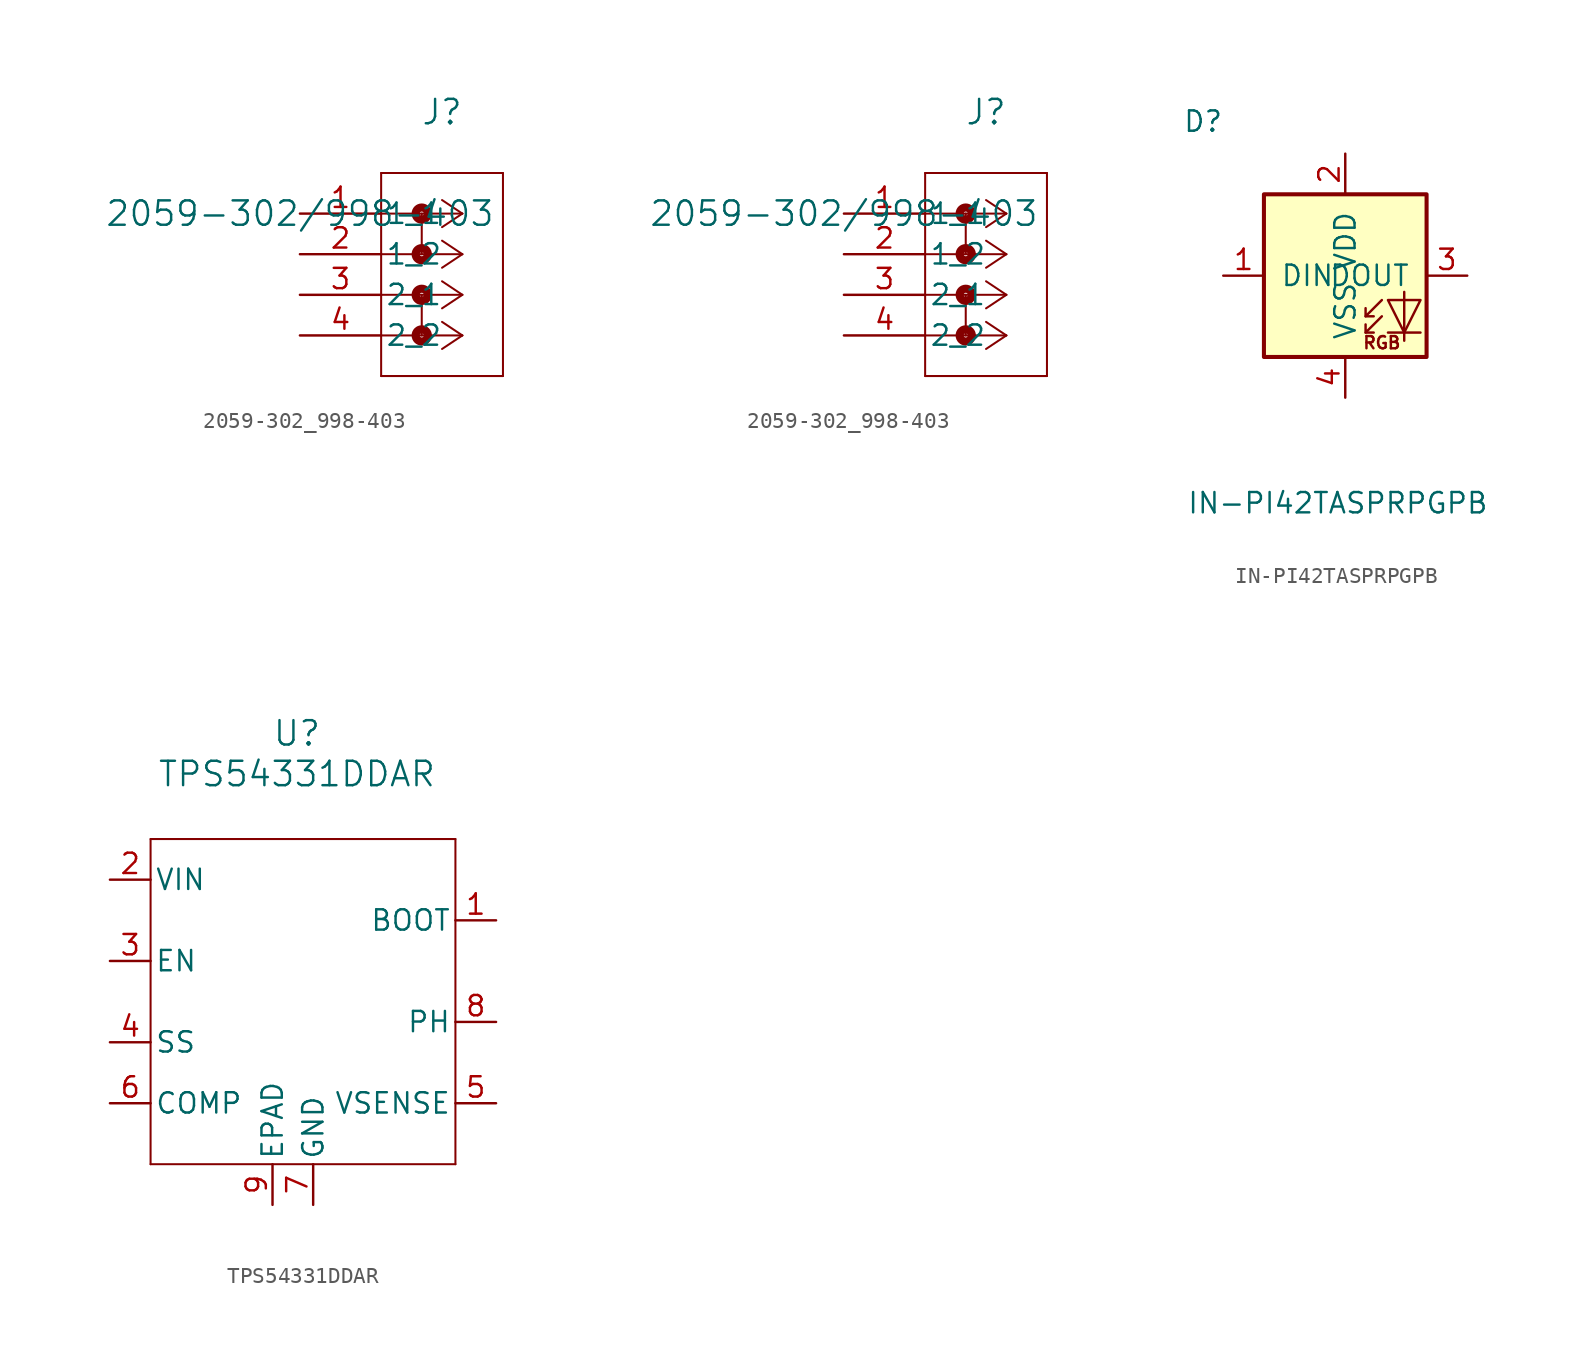
<source format=kicad_sym>
(kicad_symbol_lib
  (version 20231120)
  (generator "kicad_symbol_editor")
  (generator_version "8.0")
  (symbol "2059-302_998-403"
    (pin_names
      (offset 0.254))
    (property "Reference" "J"
      (at 8.89 6.35 0)
      (effects (font (size 1.524 1.524))))
    (property "Value" "2059-302/998-403"
      (at 0 0 0)
      (effects (font (size 1.524 1.524))))
    (symbol "2059-302_998-403_1_1"
      (polyline (pts (xy 5.08 -10.16) (xy 12.7 -10.16)) (stroke (width 0.127) (type default)) (fill (type none)))
      (polyline (pts (xy 5.08 2.54) (xy 5.08 -10.16)) (stroke (width 0.127) (type default)) (fill (type none)))
      (polyline (pts (xy 7.62 -5.08) (xy 7.62 -7.62)) (stroke (width 0.127) (type default)) (fill (type none)))
      (polyline (pts (xy 7.62 0) (xy 7.62 -2.54)) (stroke (width 0.127) (type default)) (fill (type none)))
      (polyline (pts (xy 10.16 -7.62) (xy 5.08 -7.62)) (stroke (width 0.127) (type default)) (fill (type none)))
      (polyline (pts (xy 10.16 -7.62) (xy 8.89 -8.467)) (stroke (width 0.127) (type default)) (fill (type none)))
      (polyline (pts (xy 10.16 -7.62) (xy 8.89 -6.773)) (stroke (width 0.127) (type default)) (fill (type none)))
      (polyline (pts (xy 10.16 -5.08) (xy 5.08 -5.08)) (stroke (width 0.127) (type default)) (fill (type none)))
      (polyline (pts (xy 10.16 -5.08) (xy 8.89 -5.927)) (stroke (width 0.127) (type default)) (fill (type none)))
      (polyline (pts (xy 10.16 -5.08) (xy 8.89 -4.233)) (stroke (width 0.127) (type default)) (fill (type none)))
      (polyline (pts (xy 10.16 -2.54) (xy 5.08 -2.54)) (stroke (width 0.127) (type default)) (fill (type none)))
      (polyline (pts (xy 10.16 -2.54) (xy 8.89 -3.387)) (stroke (width 0.127) (type default)) (fill (type none)))
      (polyline (pts (xy 10.16 -2.54) (xy 8.89 -1.693)) (stroke (width 0.127) (type default)) (fill (type none)))
      (polyline (pts (xy 10.16 0) (xy 5.08 0)) (stroke (width 0.127) (type default)) (fill (type none)))
      (polyline (pts (xy 10.16 0) (xy 8.89 -0.847)) (stroke (width 0.127) (type default)) (fill (type none)))
      (polyline (pts (xy 10.16 0) (xy 8.89 0.847)) (stroke (width 0.127) (type default)) (fill (type none)))
      (polyline (pts (xy 12.7 -10.16) (xy 12.7 2.54)) (stroke (width 0.127) (type default)) (fill (type none)))
      (polyline (pts (xy 12.7 2.54) (xy 5.08 2.54)) (stroke (width 0.127) (type default)) (fill (type none)))
      (circle (center 7.62 -7.62) (radius 0.127) (stroke (width 0.508) (type default)) (fill (type none)))
      (circle (center 7.62 -5.08) (radius 0.127) (stroke (width 0.508) (type default)) (fill (type none)))
      (circle (center 7.62 -2.54) (radius 0.127) (stroke (width 0.508) (type default)) (fill (type none)))
      (circle (center 7.62 0) (radius 0.127) (stroke (width 0.508) (type default)) (fill (type none)))
      (pin unspecified line (at 0 0 0) (length 5.08) (name "1_1" (effects (font (size 1.27 1.27)))) (number "1" (effects (font (size 1.27 1.27)))))
      (pin unspecified line (at 0 -2.54 0) (length 5.08) (name "1_2" (effects (font (size 1.27 1.27)))) (number "2" (effects (font (size 1.27 1.27)))))
      (pin unspecified line (at 0 -5.08 0) (length 5.08) (name "2_1" (effects (font (size 1.27 1.27)))) (number "3" (effects (font (size 1.27 1.27)))))
      (pin unspecified line (at 0 -7.62 0) (length 5.08) (name "2_2" (effects (font (size 1.27 1.27)))) (number "4" (effects (font (size 1.27 1.27))))))
    (symbol "2059-302_998-403_1_2"
      (polyline (pts (xy 5.08 -10.16) (xy 12.7 -10.16)) (stroke (width 0.127) (type default)) (fill (type none)))
      (polyline (pts (xy 5.08 2.54) (xy 5.08 -10.16)) (stroke (width 0.127) (type default)) (fill (type none)))
      (polyline (pts (xy 7.62 -5.08) (xy 7.62 -7.62)) (stroke (width 0.127) (type default)) (fill (type none)))
      (polyline (pts (xy 7.62 0) (xy 7.62 -2.54)) (stroke (width 0.127) (type default)) (fill (type none)))
      (polyline (pts (xy 10.16 -7.62) (xy 5.08 -7.62)) (stroke (width 0.127) (type default)) (fill (type none)))
      (polyline (pts (xy 10.16 -7.62) (xy 8.89 -8.467)) (stroke (width 0.127) (type default)) (fill (type none)))
      (polyline (pts (xy 10.16 -7.62) (xy 8.89 -6.773)) (stroke (width 0.127) (type default)) (fill (type none)))
      (polyline (pts (xy 10.16 -5.08) (xy 5.08 -5.08)) (stroke (width 0.127) (type default)) (fill (type none)))
      (polyline (pts (xy 10.16 -5.08) (xy 8.89 -5.927)) (stroke (width 0.127) (type default)) (fill (type none)))
      (polyline (pts (xy 10.16 -5.08) (xy 8.89 -4.233)) (stroke (width 0.127) (type default)) (fill (type none)))
      (polyline (pts (xy 10.16 -2.54) (xy 5.08 -2.54)) (stroke (width 0.127) (type default)) (fill (type none)))
      (polyline (pts (xy 10.16 -2.54) (xy 8.89 -3.387)) (stroke (width 0.127) (type default)) (fill (type none)))
      (polyline (pts (xy 10.16 -2.54) (xy 8.89 -1.693)) (stroke (width 0.127) (type default)) (fill (type none)))
      (polyline (pts (xy 10.16 0) (xy 5.08 0)) (stroke (width 0.127) (type default)) (fill (type none)))
      (polyline (pts (xy 10.16 0) (xy 8.89 -0.847)) (stroke (width 0.127) (type default)) (fill (type none)))
      (polyline (pts (xy 10.16 0) (xy 8.89 0.847)) (stroke (width 0.127) (type default)) (fill (type none)))
      (polyline (pts (xy 12.7 -10.16) (xy 12.7 2.54)) (stroke (width 0.127) (type default)) (fill (type none)))
      (polyline (pts (xy 12.7 2.54) (xy 5.08 2.54)) (stroke (width 0.127) (type default)) (fill (type none)))
      (circle (center 7.62 -7.62) (radius 0.127) (stroke (width 0.508) (type default)) (fill (type none)))
      (circle (center 7.62 -5.08) (radius 0.127) (stroke (width 0.508) (type default)) (fill (type none)))
      (circle (center 7.62 -2.54) (radius 0.127) (stroke (width 0.508) (type default)) (fill (type none)))
      (circle (center 7.62 0) (radius 0.127) (stroke (width 0.508) (type default)) (fill (type none)))
      (pin unspecified line (at 0 0 0) (length 5.08) (name "1_1" (effects (font (size 1.27 1.27)))) (number "1" (effects (font (size 1.27 1.27)))))
      (pin unspecified line (at 0 -2.54 0) (length 5.08) (name "1_2" (effects (font (size 1.27 1.27)))) (number "2" (effects (font (size 1.27 1.27)))))
      (pin unspecified line (at 0 -5.08 0) (length 5.08) (name "2_1" (effects (font (size 1.27 1.27)))) (number "3" (effects (font (size 1.27 1.27)))))
      (pin unspecified line (at 0 -7.62 0) (length 5.08) (name "2_2" (effects (font (size 1.27 1.27)))) (number "4" (effects (font (size 1.27 1.27)))))))
  (symbol "IN-PI42TASPRPGPB"
    (pin_names
      (offset 1.016))
    (property "Reference" "D"
      (at -10.16 8.89 0)
      (effects (font (size 1.27 1.27)) (justify left bottom)))
    (property "Value" "IN-PI42TASPRPGPB"
      (at -9.906 -13.462 0)
      (effects (font (size 1.27 1.27)) (justify left top)))
    (symbol "IN-PI42TASPRPGPB_0_0"
      (text "RGB" (at 2.286 -4.191 0) (effects (font (size 0.762 0.762)))))
    (symbol "IN-PI42TASPRPGPB_0_1"
      (polyline (pts (xy 1.27 -3.556) (xy 1.778 -3.556)) (stroke (width 0) (type default)) (fill (type none)))
      (polyline (pts (xy 1.27 -2.54) (xy 1.778 -2.54)) (stroke (width 0) (type default)) (fill (type none)))
      (polyline (pts (xy 4.699 -3.556) (xy 2.667 -3.556)) (stroke (width 0) (type default)) (fill (type none)))
      (polyline (pts (xy 2.286 -2.54) (xy 1.27 -3.556) (xy 1.27 -3.048)) (stroke (width 0) (type default)) (fill (type none)))
      (polyline (pts (xy 2.286 -1.524) (xy 1.27 -2.54) (xy 1.27 -2.032)) (stroke (width 0) (type default)) (fill (type none)))
      (polyline (pts (xy 3.683 -1.016) (xy 3.683 -3.556) (xy 3.683 -4.064)) (stroke (width 0) (type default)) (fill (type none)))
      (polyline (pts (xy 4.699 -1.524) (xy 2.667 -1.524) (xy 3.683 -3.556) (xy 4.699 -1.524)) (stroke (width 0) (type default)) (fill (type none)))
      (rectangle (start 5.08 5.08) (end -5.08 -5.08) (stroke (width 0.254) (type default)) (fill (type background))))
    (symbol "IN-PI42TASPRPGPB_1_1"
      (pin input line (at -7.62 0 0) (length 2.54) (name "DIN" (effects (font (size 1.27 1.27)))) (number "1" (effects (font (size 1.27 1.27)))))
      (pin power_in line (at 0 7.62 270) (length 2.54) (name "VDD" (effects (font (size 1.27 1.27)))) (number "2" (effects (font (size 1.27 1.27)))))
      (pin output line (at 7.62 0 180) (length 2.54) (name "DOUT" (effects (font (size 1.27 1.27)))) (number "3" (effects (font (size 1.27 1.27)))))
      (pin power_in line (at 0 -7.62 90) (length 2.54) (name "VSS" (effects (font (size 1.27 1.27)))) (number "4" (effects (font (size 1.27 1.27)))))))
  (symbol "TPS54331DDAR"
    (pin_names
      (offset 0.254))
    (property "Reference" "U"
      (at 0.254 15.494 0)
      (effects (font (size 1.524 1.524))))
    (property "Value" "TPS54331DDAR"
      (at 0.254 12.954 0)
      (effects (font (size 1.524 1.524))))
    (property "ki_locked" ""
      (at 0 0 0)
      (effects (font (size 1.27 1.27))))
    (symbol "TPS54331DDAR_0_1"
      (polyline (pts (xy -8.89 -11.43) (xy 10.16 -11.43)) (stroke (width 0.127) (type default)) (fill (type none)))
      (polyline (pts (xy -8.89 8.89) (xy -8.89 -11.43)) (stroke (width 0.127) (type default)) (fill (type none)))
      (polyline (pts (xy 10.16 -11.43) (xy 10.16 8.89)) (stroke (width 0.127) (type default)) (fill (type none)))
      (polyline (pts (xy 10.16 8.89) (xy -8.89 8.89)) (stroke (width 0.127) (type default)) (fill (type none))))
    (symbol "TPS54331DDAR_1_1"
      (pin unspecified line (at 12.7 3.81 180) (length 2.54) (name "BOOT" (effects (font (size 1.27 1.27)))) (number "1" (effects (font (size 1.27 1.27)))))
      (pin input line (at -11.43 6.35 0) (length 2.54) (name "VIN" (effects (font (size 1.27 1.27)))) (number "2" (effects (font (size 1.27 1.27)))))
      (pin unspecified line (at -11.43 1.27 0) (length 2.54) (name "EN" (effects (font (size 1.27 1.27)))) (number "3" (effects (font (size 1.27 1.27)))))
      (pin unspecified line (at -11.43 -3.81 0) (length 2.54) (name "SS" (effects (font (size 1.27 1.27)))) (number "4" (effects (font (size 1.27 1.27)))))
      (pin unspecified line (at 12.7 -7.62 180) (length 2.54) (name "VSENSE" (effects (font (size 1.27 1.27)))) (number "5" (effects (font (size 1.27 1.27)))))
      (pin output line (at -11.43 -7.62 0) (length 2.54) (name "COMP" (effects (font (size 1.27 1.27)))) (number "6" (effects (font (size 1.27 1.27)))))
      (pin power_in line (at 1.27 -13.97 90) (length 2.54) (name "GND" (effects (font (size 1.27 1.27)))) (number "7" (effects (font (size 1.27 1.27)))))
      (pin power_in line (at 12.7 -2.54 180) (length 2.54) (name "PH" (effects (font (size 1.27 1.27)))) (number "8" (effects (font (size 1.27 1.27)))))
      (pin unspecified line (at -1.27 -13.97 90) (length 2.54) (name "EPAD" (effects (font (size 1.27 1.27)))) (number "9" (effects (font (size 1.27 1.27))))))))
</source>
